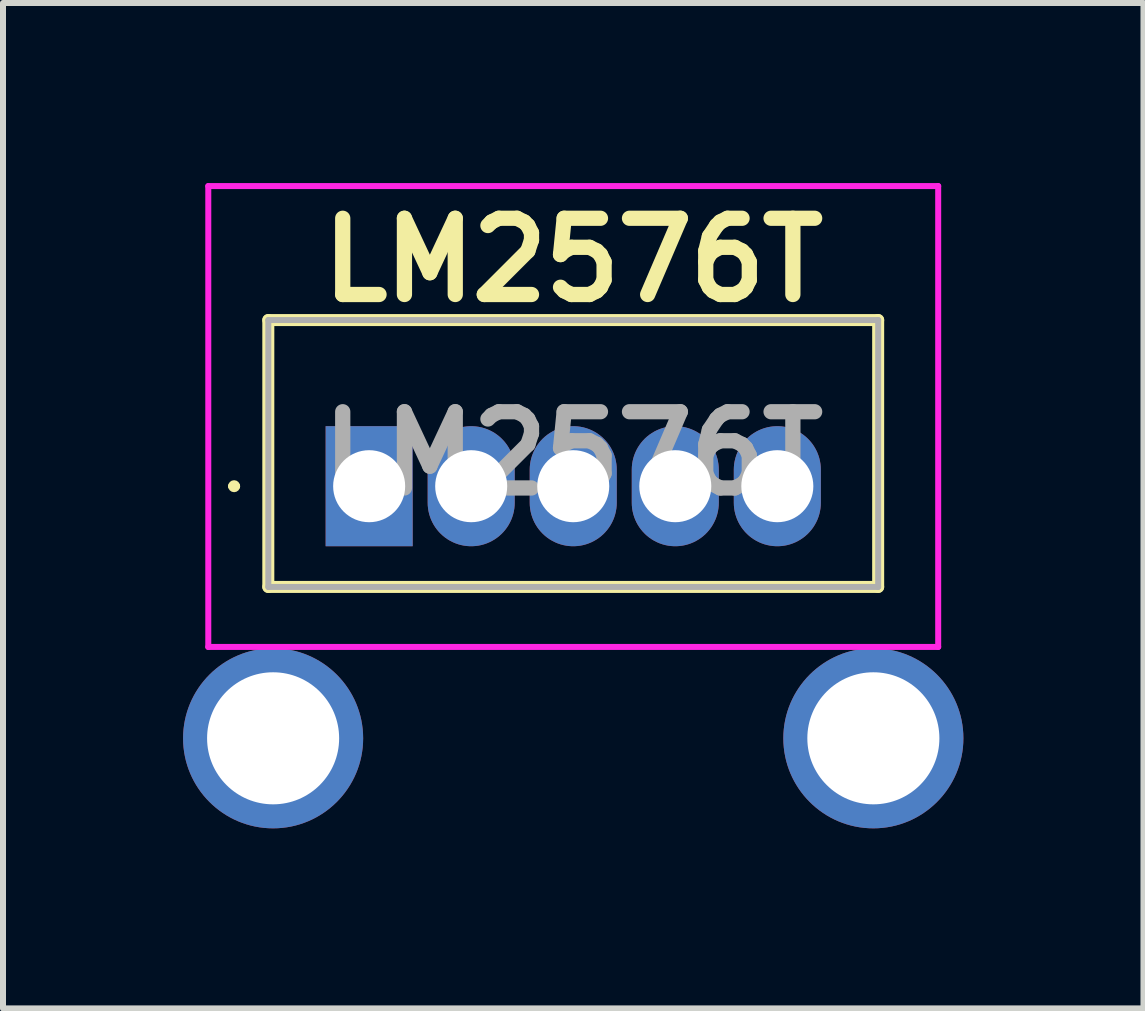
<source format=kicad_pcb>
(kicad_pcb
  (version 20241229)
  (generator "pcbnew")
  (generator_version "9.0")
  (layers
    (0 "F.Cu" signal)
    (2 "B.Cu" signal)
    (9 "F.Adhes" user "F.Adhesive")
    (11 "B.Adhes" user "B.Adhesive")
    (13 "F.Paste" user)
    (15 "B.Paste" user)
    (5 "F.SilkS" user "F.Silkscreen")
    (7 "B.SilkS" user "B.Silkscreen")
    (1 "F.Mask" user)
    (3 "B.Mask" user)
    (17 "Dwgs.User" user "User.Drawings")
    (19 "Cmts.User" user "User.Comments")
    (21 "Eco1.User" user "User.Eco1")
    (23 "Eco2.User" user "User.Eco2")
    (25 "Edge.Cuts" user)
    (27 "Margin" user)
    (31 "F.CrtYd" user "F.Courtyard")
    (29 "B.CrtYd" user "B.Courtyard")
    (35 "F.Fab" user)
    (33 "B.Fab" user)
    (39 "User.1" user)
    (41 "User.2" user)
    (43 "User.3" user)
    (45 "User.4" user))
  (footprint "LM2576T"
    (layer "F.Cu")
    (at 6.5 5.05)
    (property "Reference" "LM2576T" (at 0 -3.768 0) (layer "F.SilkS") (effects (font (size 1.27 1.27) (thickness 0.254))))
    (attr through_hole)
    (fp_line (start -5.7 0) (end -5.7 0) (stroke (width 0.1) (type solid)) (layer "F.SilkS"))
    (fp_line (start -5.6 0) (end -5.6 0) (stroke (width 0.1) (type solid)) (layer "F.SilkS"))
    (fp_line (start -5.08 -2.768) (end 5.08 -2.768) (stroke (width 0.2) (type solid)) (layer "F.SilkS"))
    (fp_line (start -5.08 1.678) (end -5.08 -2.768) (stroke (width 0.2) (type solid)) (layer "F.SilkS"))
    (fp_line (start 5.08 -2.768) (end 5.08 1.678) (stroke (width 0.2) (type solid)) (layer "F.SilkS"))
    (fp_line (start 5.08 1.678) (end -5.08 1.678) (stroke (width 0.2) (type solid)) (layer "F.SilkS"))
    (fp_arc (start -5.7 0) (mid -5.65 -0.05) (end -5.6 0) (stroke (width 0.1) (type solid)) (layer "F.SilkS"))
    (fp_arc (start -5.6 0) (mid -5.65 0.05) (end -5.7 0) (stroke (width 0.1) (type solid)) (layer "F.SilkS"))
    (fp_line (start -6.08 -5) (end 6.08 -5) (stroke (width 0.1) (type solid)) (layer "F.CrtYd"))
    (fp_line (start -6.08 2.678) (end -6.08 -5) (stroke (width 0.1) (type solid)) (layer "F.CrtYd"))
    (fp_line (start 6.08 -5) (end 6.08 2.678) (stroke (width 0.1) (type solid)) (layer "F.CrtYd"))
    (fp_line (start 6.08 2.678) (end -6.08 2.678) (stroke (width 0.1) (type solid)) (layer "F.CrtYd"))
    (fp_line (start -5.08 -2.768) (end 5.08 -2.768) (stroke (width 0.1) (type solid)) (layer "F.Fab"))
    (fp_line (start -5.08 1.678) (end -5.08 -2.768) (stroke (width 0.1) (type solid)) (layer "F.Fab"))
    (fp_line (start 5.08 -2.768) (end 5.08 1.678) (stroke (width 0.1) (type solid)) (layer "F.Fab"))
    (fp_line (start 5.08 1.678) (end -5.08 1.678) (stroke (width 0.1) (type solid)) (layer "F.Fab"))
    (fp_text user "${REFERENCE}" (at 0 -0.545 0) (layer "F.Fab") (effects (font (size 1.27 1.27) (thickness 0.254))))
    (pad "" np_thru_hole circle (at -5 4.2) (size 3 3) (drill 2.2) (layers "*.Cu" "*.Mask"))
    (pad "" np_thru_hole circle (at 5 4.2) (size 3 3) (drill 2.2) (layers "*.Cu" "*.Mask"))
    (pad "1" thru_hole rect (at -3.4 0) (size 1.45 2) (drill 1.2) (layers "*.Cu" "*.Mask"))
    (pad "2" thru_hole oval (at -1.7 0) (size 1.45 2) (drill 1.2) (layers "*.Cu" "*.Mask"))
    (pad "3" thru_hole oval (at 0 0) (size 1.45 2) (drill 1.2) (layers "*.Cu" "*.Mask"))
    (pad "4" thru_hole oval (at 1.7 0) (size 1.45 2) (drill 1.2) (layers "*.Cu" "*.Mask"))
    (pad "5" thru_hole oval (at 3.4 0) (size 1.45 2) (drill 1.2) (layers "*.Cu" "*.Mask")))
  (gr_rect
    (start -3 -3)
    (end 16 13.75)
    (stroke (width 0.1) (type default))
    (fill no)
    (layer "Edge.Cuts")))
</source>
